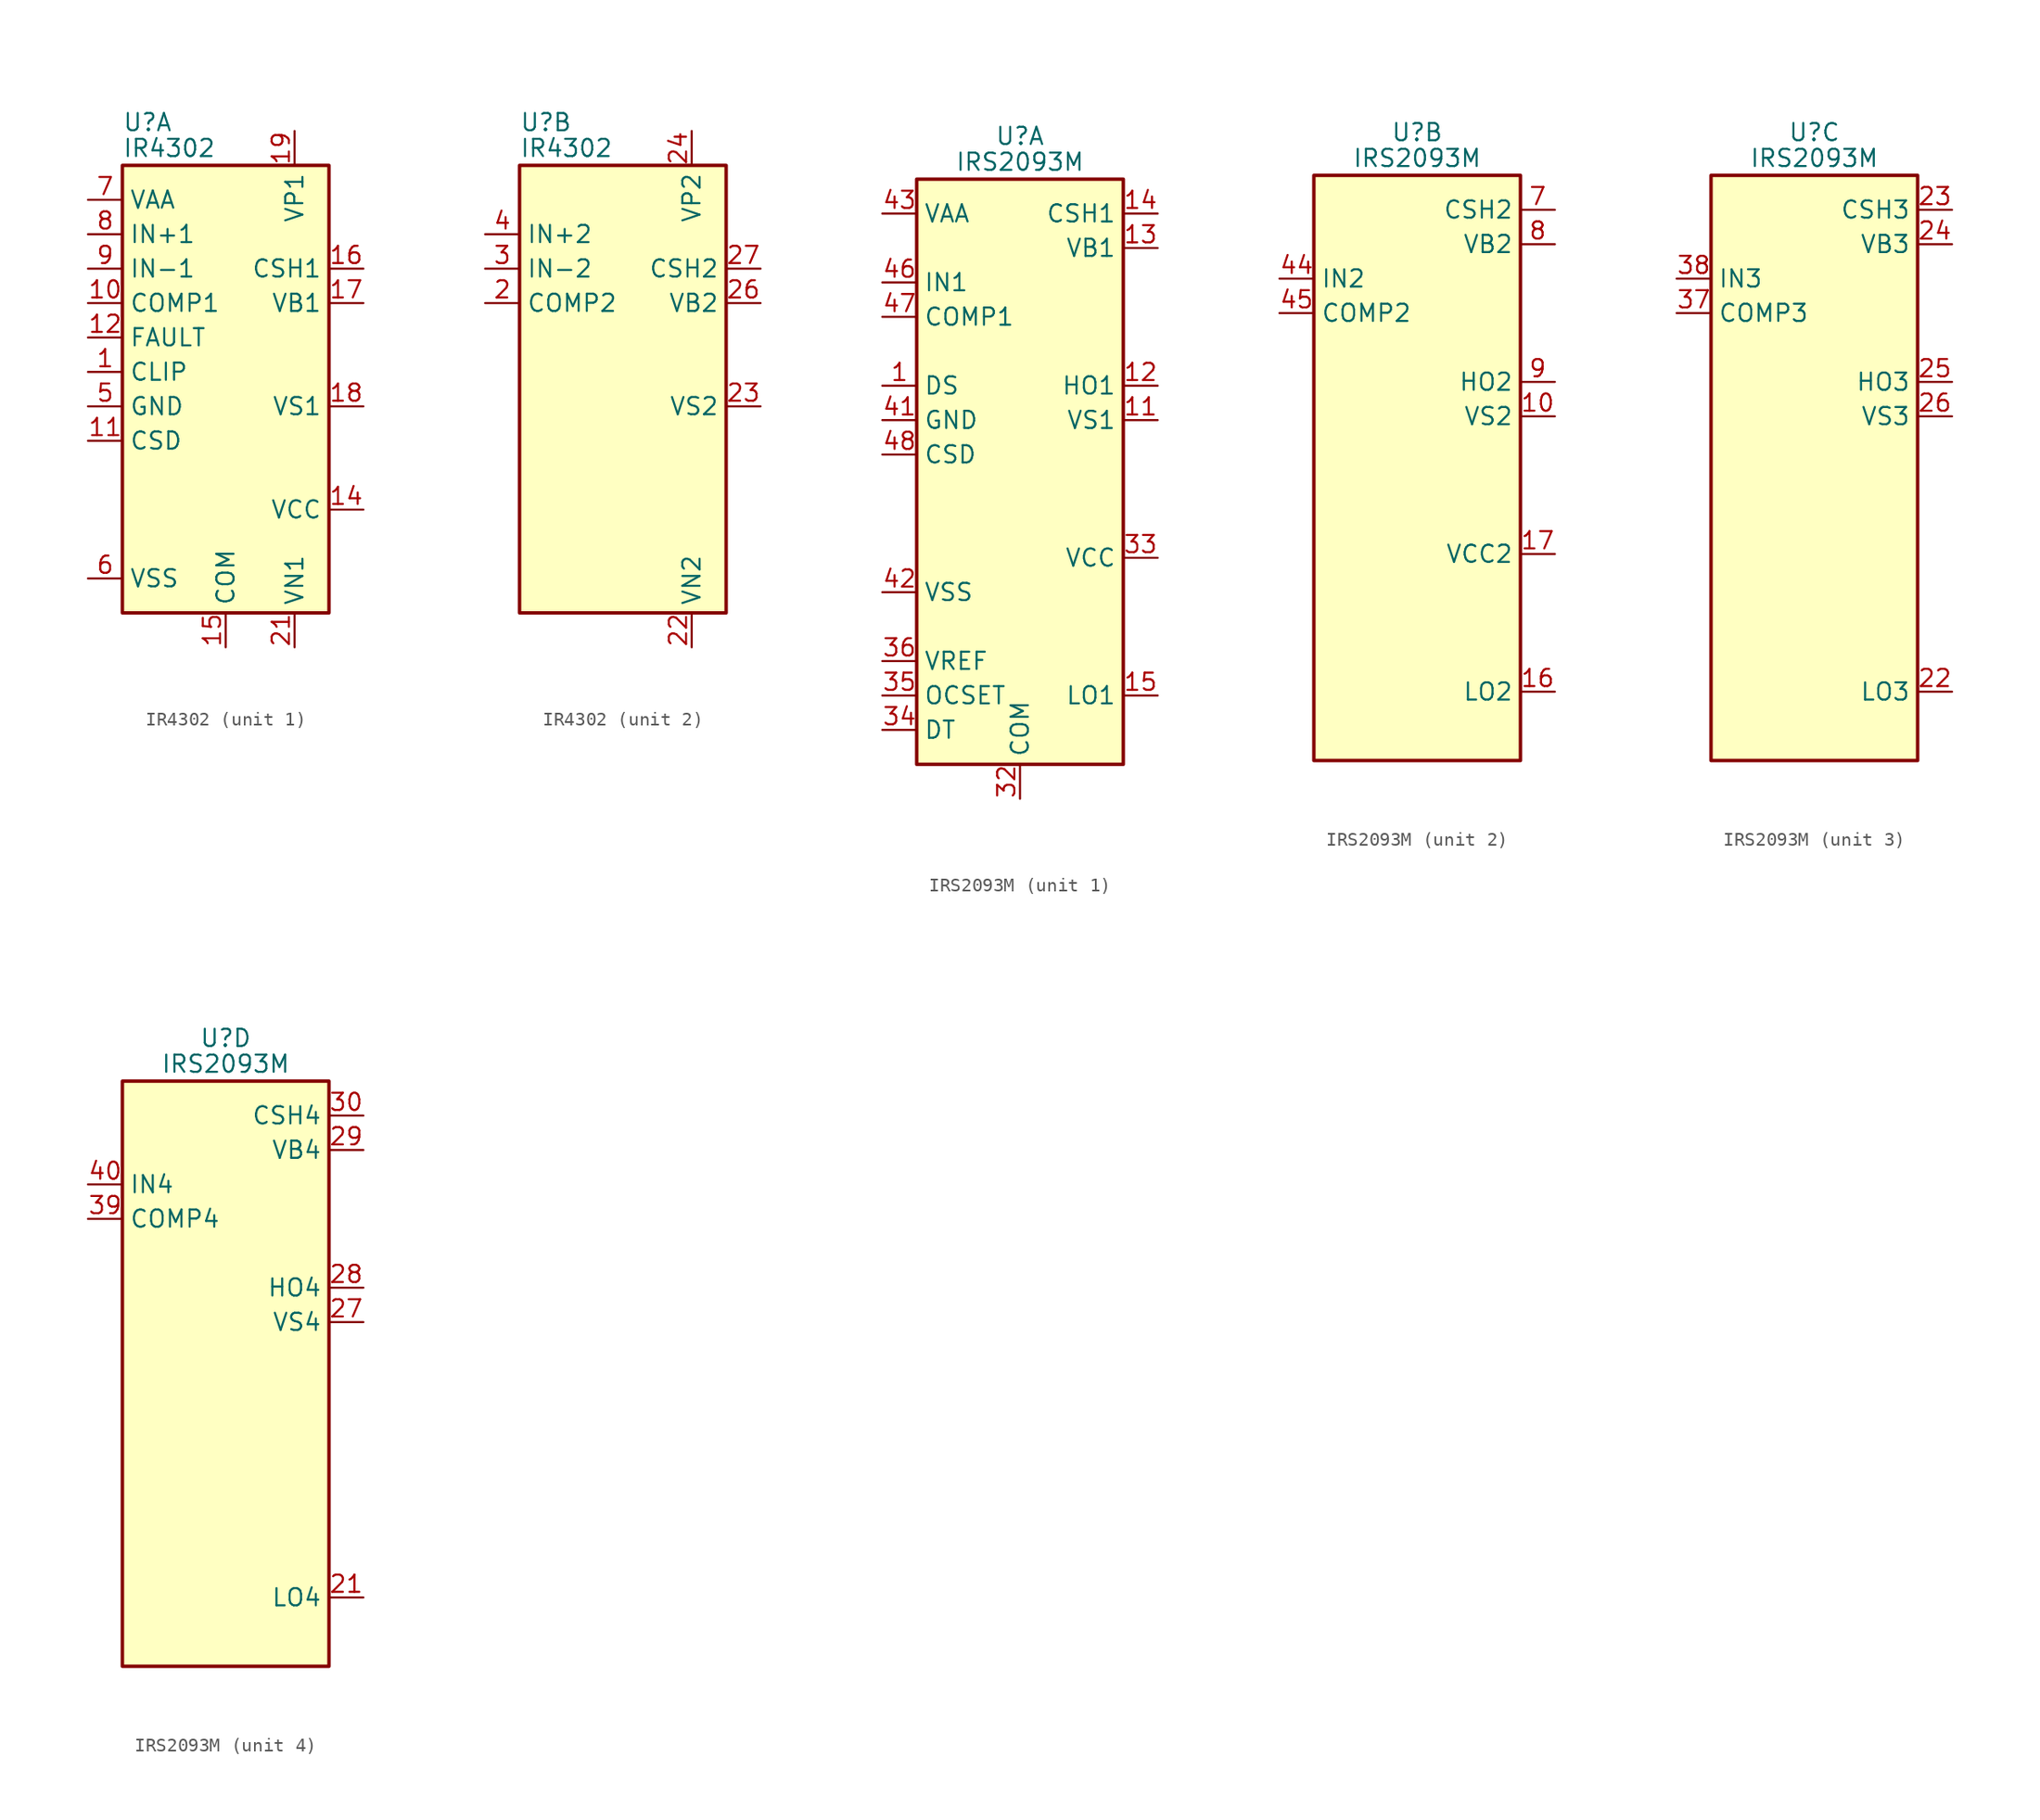
<source format=kicad_sym>
(kicad_symbol_lib
  (version 20220914)
  (generator kicad_symbol_editor)
  (symbol "IR4302"
    (property "Reference" "U"
      (at -7.62 20.955 0)
      (effects (font (size 1.27 1.27)) (justify left)))
    (property "Value" "IR4302"
      (at -7.62 19.05 0)
      (effects (font (size 1.27 1.27)) (justify left)))
    (property "ki_locked" ""
      (at 0 0 0)
      (effects (font (size 1.27 1.27))))
    (symbol "IR4302_0_1"
      (rectangle (start -7.62 -15.24) (end 7.62 17.78) (stroke (width 0.254) (type default)) (fill (type background))))
    (symbol "IR4302_1_1"
      (pin open_collector line (at -10.16 2.54 0) (length 2.54) (name "CLIP" (effects (font (size 1.27 1.27)))) (number "1" (effects (font (size 1.27 1.27)))))
      (pin output line (at -10.16 7.62 0) (length 2.54) (name "COMP1" (effects (font (size 1.27 1.27)))) (number "10" (effects (font (size 1.27 1.27)))))
      (pin passive line (at -10.16 -2.54 0) (length 2.54) (name "CSD" (effects (font (size 1.27 1.27)))) (number "11" (effects (font (size 1.27 1.27)))))
      (pin open_collector line (at -10.16 5.08 0) (length 2.54) (name "FAULT" (effects (font (size 1.27 1.27)))) (number "12" (effects (font (size 1.27 1.27)))))
      (pin no_connect line (at -7.62 -5.08 0) (length 2.54) hide (name "NC" (effects (font (size 1.27 1.27)))) (number "13" (effects (font (size 1.27 1.27)))))
      (pin power_in line (at 10.16 -7.62 180) (length 2.54) (name "VCC" (effects (font (size 1.27 1.27)))) (number "14" (effects (font (size 1.27 1.27)))))
      (pin power_in line (at 0 -17.78 90) (length 2.54) (name "COM" (effects (font (size 1.27 1.27)))) (number "15" (effects (font (size 1.27 1.27)))))
      (pin passive line (at 10.16 10.16 180) (length 2.54) (name "CSH1" (effects (font (size 1.27 1.27)))) (number "16" (effects (font (size 1.27 1.27)))))
      (pin power_in line (at 10.16 7.62 180) (length 2.54) (name "VB1" (effects (font (size 1.27 1.27)))) (number "17" (effects (font (size 1.27 1.27)))))
      (pin output line (at 10.16 0 180) (length 2.54) (name "VS1" (effects (font (size 1.27 1.27)))) (number "18" (effects (font (size 1.27 1.27)))))
      (pin power_in line (at 5.08 20.32 270) (length 2.54) (name "VP1" (effects (font (size 1.27 1.27)))) (number "19" (effects (font (size 1.27 1.27)))))
      (pin passive line (at 10.16 0 180) (length 2.54) hide (name "VS1" (effects (font (size 1.27 1.27)))) (number "20" (effects (font (size 1.27 1.27)))))
      (pin power_in line (at 5.08 -17.78 90) (length 2.54) (name "VN1" (effects (font (size 1.27 1.27)))) (number "21" (effects (font (size 1.27 1.27)))))
      (pin passive line (at 0 -17.78 90) (length 2.54) hide (name "COM" (effects (font (size 1.27 1.27)))) (number "28" (effects (font (size 1.27 1.27)))))
      (pin no_connect line (at -7.62 -7.62 0) (length 2.54) hide (name "NC" (effects (font (size 1.27 1.27)))) (number "29" (effects (font (size 1.27 1.27)))))
      (pin no_connect line (at -7.62 -10.16 0) (length 2.54) hide (name "NC" (effects (font (size 1.27 1.27)))) (number "30" (effects (font (size 1.27 1.27)))))
      (pin passive line (at 0 -17.78 90) (length 2.54) hide (name "COM" (effects (font (size 1.27 1.27)))) (number "31" (effects (font (size 1.27 1.27)))))
      (pin power_in line (at -10.16 0 0) (length 2.54) (name "GND" (effects (font (size 1.27 1.27)))) (number "5" (effects (font (size 1.27 1.27)))))
      (pin power_in line (at -10.16 -12.7 0) (length 2.54) (name "VSS" (effects (font (size 1.27 1.27)))) (number "6" (effects (font (size 1.27 1.27)))))
      (pin power_in line (at -10.16 15.24 0) (length 2.54) (name "VAA" (effects (font (size 1.27 1.27)))) (number "7" (effects (font (size 1.27 1.27)))))
      (pin input line (at -10.16 12.7 0) (length 2.54) (name "IN+1" (effects (font (size 1.27 1.27)))) (number "8" (effects (font (size 1.27 1.27)))))
      (pin input line (at -10.16 10.16 0) (length 2.54) (name "IN-1" (effects (font (size 1.27 1.27)))) (number "9" (effects (font (size 1.27 1.27))))))
    (symbol "IR4302_2_1"
      (pin output line (at -10.16 7.62 0) (length 2.54) (name "COMP2" (effects (font (size 1.27 1.27)))) (number "2" (effects (font (size 1.27 1.27)))))
      (pin power_in line (at 5.08 -17.78 90) (length 2.54) (name "VN2" (effects (font (size 1.27 1.27)))) (number "22" (effects (font (size 1.27 1.27)))))
      (pin output line (at 10.16 0 180) (length 2.54) (name "VS2" (effects (font (size 1.27 1.27)))) (number "23" (effects (font (size 1.27 1.27)))))
      (pin power_in line (at 5.08 20.32 270) (length 2.54) (name "VP2" (effects (font (size 1.27 1.27)))) (number "24" (effects (font (size 1.27 1.27)))))
      (pin passive line (at 10.16 0 180) (length 2.54) hide (name "VS2" (effects (font (size 1.27 1.27)))) (number "25" (effects (font (size 1.27 1.27)))))
      (pin power_in line (at 10.16 7.62 180) (length 2.54) (name "VB2" (effects (font (size 1.27 1.27)))) (number "26" (effects (font (size 1.27 1.27)))))
      (pin passive line (at 10.16 10.16 180) (length 2.54) (name "CSH2" (effects (font (size 1.27 1.27)))) (number "27" (effects (font (size 1.27 1.27)))))
      (pin input line (at -10.16 10.16 0) (length 2.54) (name "IN-2" (effects (font (size 1.27 1.27)))) (number "3" (effects (font (size 1.27 1.27)))))
      (pin input line (at -10.16 12.7 0) (length 2.54) (name "IN+2" (effects (font (size 1.27 1.27)))) (number "4" (effects (font (size 1.27 1.27)))))))
  (symbol "IRS2093M"
    (property "Reference" "U"
      (at 0 26.035 0)
      (effects (font (size 1.27 1.27))))
    (property "Value" "IRS2093M"
      (at 0 24.13 0)
      (effects (font (size 1.27 1.27))))
    (property "ki_locked" ""
      (at 0 0 0)
      (effects (font (size 1.27 1.27))))
    (symbol "IRS2093M_0_1"
      (rectangle (start -7.62 -20.32) (end 7.62 22.86) (stroke (width 0.254) (type default)) (fill (type background))))
    (symbol "IRS2093M_1_1"
      (pin input line (at -10.16 7.62 0) (length 2.54) (name "DS" (effects (font (size 1.27 1.27)))) (number "1" (effects (font (size 1.27 1.27)))))
      (pin passive line (at 10.16 5.08 180) (length 2.54) (name "VS1" (effects (font (size 1.27 1.27)))) (number "11" (effects (font (size 1.27 1.27)))))
      (pin output line (at 10.16 7.62 180) (length 2.54) (name "HO1" (effects (font (size 1.27 1.27)))) (number "12" (effects (font (size 1.27 1.27)))))
      (pin power_in line (at 10.16 17.78 180) (length 2.54) (name "VB1" (effects (font (size 1.27 1.27)))) (number "13" (effects (font (size 1.27 1.27)))))
      (pin passive line (at 10.16 20.32 180) (length 2.54) (name "CSH1" (effects (font (size 1.27 1.27)))) (number "14" (effects (font (size 1.27 1.27)))))
      (pin output line (at 10.16 -15.24 180) (length 2.54) (name "LO1" (effects (font (size 1.27 1.27)))) (number "15" (effects (font (size 1.27 1.27)))))
      (pin no_connect line (at 7.62 15.24 180) (length 2.54) hide (name "NC" (effects (font (size 1.27 1.27)))) (number "18" (effects (font (size 1.27 1.27)))))
      (pin no_connect line (at 7.62 12.7 180) (length 2.54) hide (name "NC" (effects (font (size 1.27 1.27)))) (number "19" (effects (font (size 1.27 1.27)))))
      (pin no_connect line (at -7.62 17.78 0) (length 2.54) hide (name "NC" (effects (font (size 1.27 1.27)))) (number "2" (effects (font (size 1.27 1.27)))))
      (pin passive line (at 0 -22.86 90) (length 2.54) hide (name "COM" (effects (font (size 1.27 1.27)))) (number "20" (effects (font (size 1.27 1.27)))))
      (pin no_connect line (at -7.62 10.16 0) (length 2.54) hide (name "NC" (effects (font (size 1.27 1.27)))) (number "3" (effects (font (size 1.27 1.27)))))
      (pin no_connect line (at 7.62 10.16 180) (length 2.54) hide (name "NC" (effects (font (size 1.27 1.27)))) (number "31" (effects (font (size 1.27 1.27)))))
      (pin power_in line (at 0 -22.86 90) (length 2.54) (name "COM" (effects (font (size 1.27 1.27)))) (number "32" (effects (font (size 1.27 1.27)))))
      (pin power_in line (at 10.16 -5.08 180) (length 2.54) (name "VCC" (effects (font (size 1.27 1.27)))) (number "33" (effects (font (size 1.27 1.27)))))
      (pin passive line (at -10.16 -17.78 0) (length 2.54) (name "DT" (effects (font (size 1.27 1.27)))) (number "34" (effects (font (size 1.27 1.27)))))
      (pin passive line (at -10.16 -15.24 0) (length 2.54) (name "OCSET" (effects (font (size 1.27 1.27)))) (number "35" (effects (font (size 1.27 1.27)))))
      (pin power_out line (at -10.16 -12.7 0) (length 2.54) (name "VREF" (effects (font (size 1.27 1.27)))) (number "36" (effects (font (size 1.27 1.27)))))
      (pin no_connect line (at -7.62 0 0) (length 2.54) hide (name "NC" (effects (font (size 1.27 1.27)))) (number "4" (effects (font (size 1.27 1.27)))))
      (pin power_in line (at -10.16 5.08 0) (length 2.54) (name "GND" (effects (font (size 1.27 1.27)))) (number "41" (effects (font (size 1.27 1.27)))))
      (pin power_in line (at -10.16 -7.62 0) (length 2.54) (name "VSS" (effects (font (size 1.27 1.27)))) (number "42" (effects (font (size 1.27 1.27)))))
      (pin power_in line (at -10.16 20.32 0) (length 2.54) (name "VAA" (effects (font (size 1.27 1.27)))) (number "43" (effects (font (size 1.27 1.27)))))
      (pin input line (at -10.16 15.24 0) (length 2.54) (name "IN1" (effects (font (size 1.27 1.27)))) (number "46" (effects (font (size 1.27 1.27)))))
      (pin output line (at -10.16 12.7 0) (length 2.54) (name "COMP1" (effects (font (size 1.27 1.27)))) (number "47" (effects (font (size 1.27 1.27)))))
      (pin passive line (at -10.16 2.54 0) (length 2.54) (name "CSD" (effects (font (size 1.27 1.27)))) (number "48" (effects (font (size 1.27 1.27)))))
      (pin passive line (at 0 -22.86 90) (length 2.54) hide (name "COM" (effects (font (size 1.27 1.27)))) (number "49" (effects (font (size 1.27 1.27)))))
      (pin no_connect line (at -7.62 -2.54 0) (length 2.54) hide (name "NC" (effects (font (size 1.27 1.27)))) (number "5" (effects (font (size 1.27 1.27)))))
      (pin no_connect line (at -7.62 -5.08 0) (length 2.54) hide (name "NC" (effects (font (size 1.27 1.27)))) (number "6" (effects (font (size 1.27 1.27))))))
    (symbol "IRS2093M_2_1"
      (pin passive line (at 10.16 5.08 180) (length 2.54) (name "VS2" (effects (font (size 1.27 1.27)))) (number "10" (effects (font (size 1.27 1.27)))))
      (pin output line (at 10.16 -15.24 180) (length 2.54) (name "LO2" (effects (font (size 1.27 1.27)))) (number "16" (effects (font (size 1.27 1.27)))))
      (pin power_in line (at 10.16 -5.08 180) (length 2.54) (name "VCC2" (effects (font (size 1.27 1.27)))) (number "17" (effects (font (size 1.27 1.27)))))
      (pin input line (at -10.16 15.24 0) (length 2.54) (name "IN2" (effects (font (size 1.27 1.27)))) (number "44" (effects (font (size 1.27 1.27)))))
      (pin output line (at -10.16 12.7 0) (length 2.54) (name "COMP2" (effects (font (size 1.27 1.27)))) (number "45" (effects (font (size 1.27 1.27)))))
      (pin passive line (at 10.16 20.32 180) (length 2.54) (name "CSH2" (effects (font (size 1.27 1.27)))) (number "7" (effects (font (size 1.27 1.27)))))
      (pin power_in line (at 10.16 17.78 180) (length 2.54) (name "VB2" (effects (font (size 1.27 1.27)))) (number "8" (effects (font (size 1.27 1.27)))))
      (pin output line (at 10.16 7.62 180) (length 2.54) (name "HO2" (effects (font (size 1.27 1.27)))) (number "9" (effects (font (size 1.27 1.27))))))
    (symbol "IRS2093M_3_1"
      (pin output line (at 10.16 -15.24 180) (length 2.54) (name "LO3" (effects (font (size 1.27 1.27)))) (number "22" (effects (font (size 1.27 1.27)))))
      (pin passive line (at 10.16 20.32 180) (length 2.54) (name "CSH3" (effects (font (size 1.27 1.27)))) (number "23" (effects (font (size 1.27 1.27)))))
      (pin power_in line (at 10.16 17.78 180) (length 2.54) (name "VB3" (effects (font (size 1.27 1.27)))) (number "24" (effects (font (size 1.27 1.27)))))
      (pin output line (at 10.16 7.62 180) (length 2.54) (name "HO3" (effects (font (size 1.27 1.27)))) (number "25" (effects (font (size 1.27 1.27)))))
      (pin passive line (at 10.16 5.08 180) (length 2.54) (name "VS3" (effects (font (size 1.27 1.27)))) (number "26" (effects (font (size 1.27 1.27)))))
      (pin output line (at -10.16 12.7 0) (length 2.54) (name "COMP3" (effects (font (size 1.27 1.27)))) (number "37" (effects (font (size 1.27 1.27)))))
      (pin input line (at -10.16 15.24 0) (length 2.54) (name "IN3" (effects (font (size 1.27 1.27)))) (number "38" (effects (font (size 1.27 1.27))))))
    (symbol "IRS2093M_4_1"
      (pin output line (at 10.16 -15.24 180) (length 2.54) (name "LO4" (effects (font (size 1.27 1.27)))) (number "21" (effects (font (size 1.27 1.27)))))
      (pin passive line (at 10.16 5.08 180) (length 2.54) (name "VS4" (effects (font (size 1.27 1.27)))) (number "27" (effects (font (size 1.27 1.27)))))
      (pin output line (at 10.16 7.62 180) (length 2.54) (name "HO4" (effects (font (size 1.27 1.27)))) (number "28" (effects (font (size 1.27 1.27)))))
      (pin power_in line (at 10.16 17.78 180) (length 2.54) (name "VB4" (effects (font (size 1.27 1.27)))) (number "29" (effects (font (size 1.27 1.27)))))
      (pin passive line (at 10.16 20.32 180) (length 2.54) (name "CSH4" (effects (font (size 1.27 1.27)))) (number "30" (effects (font (size 1.27 1.27)))))
      (pin output line (at -10.16 12.7 0) (length 2.54) (name "COMP4" (effects (font (size 1.27 1.27)))) (number "39" (effects (font (size 1.27 1.27)))))
      (pin input line (at -10.16 15.24 0) (length 2.54) (name "IN4" (effects (font (size 1.27 1.27)))) (number "40" (effects (font (size 1.27 1.27))))))))
</source>
